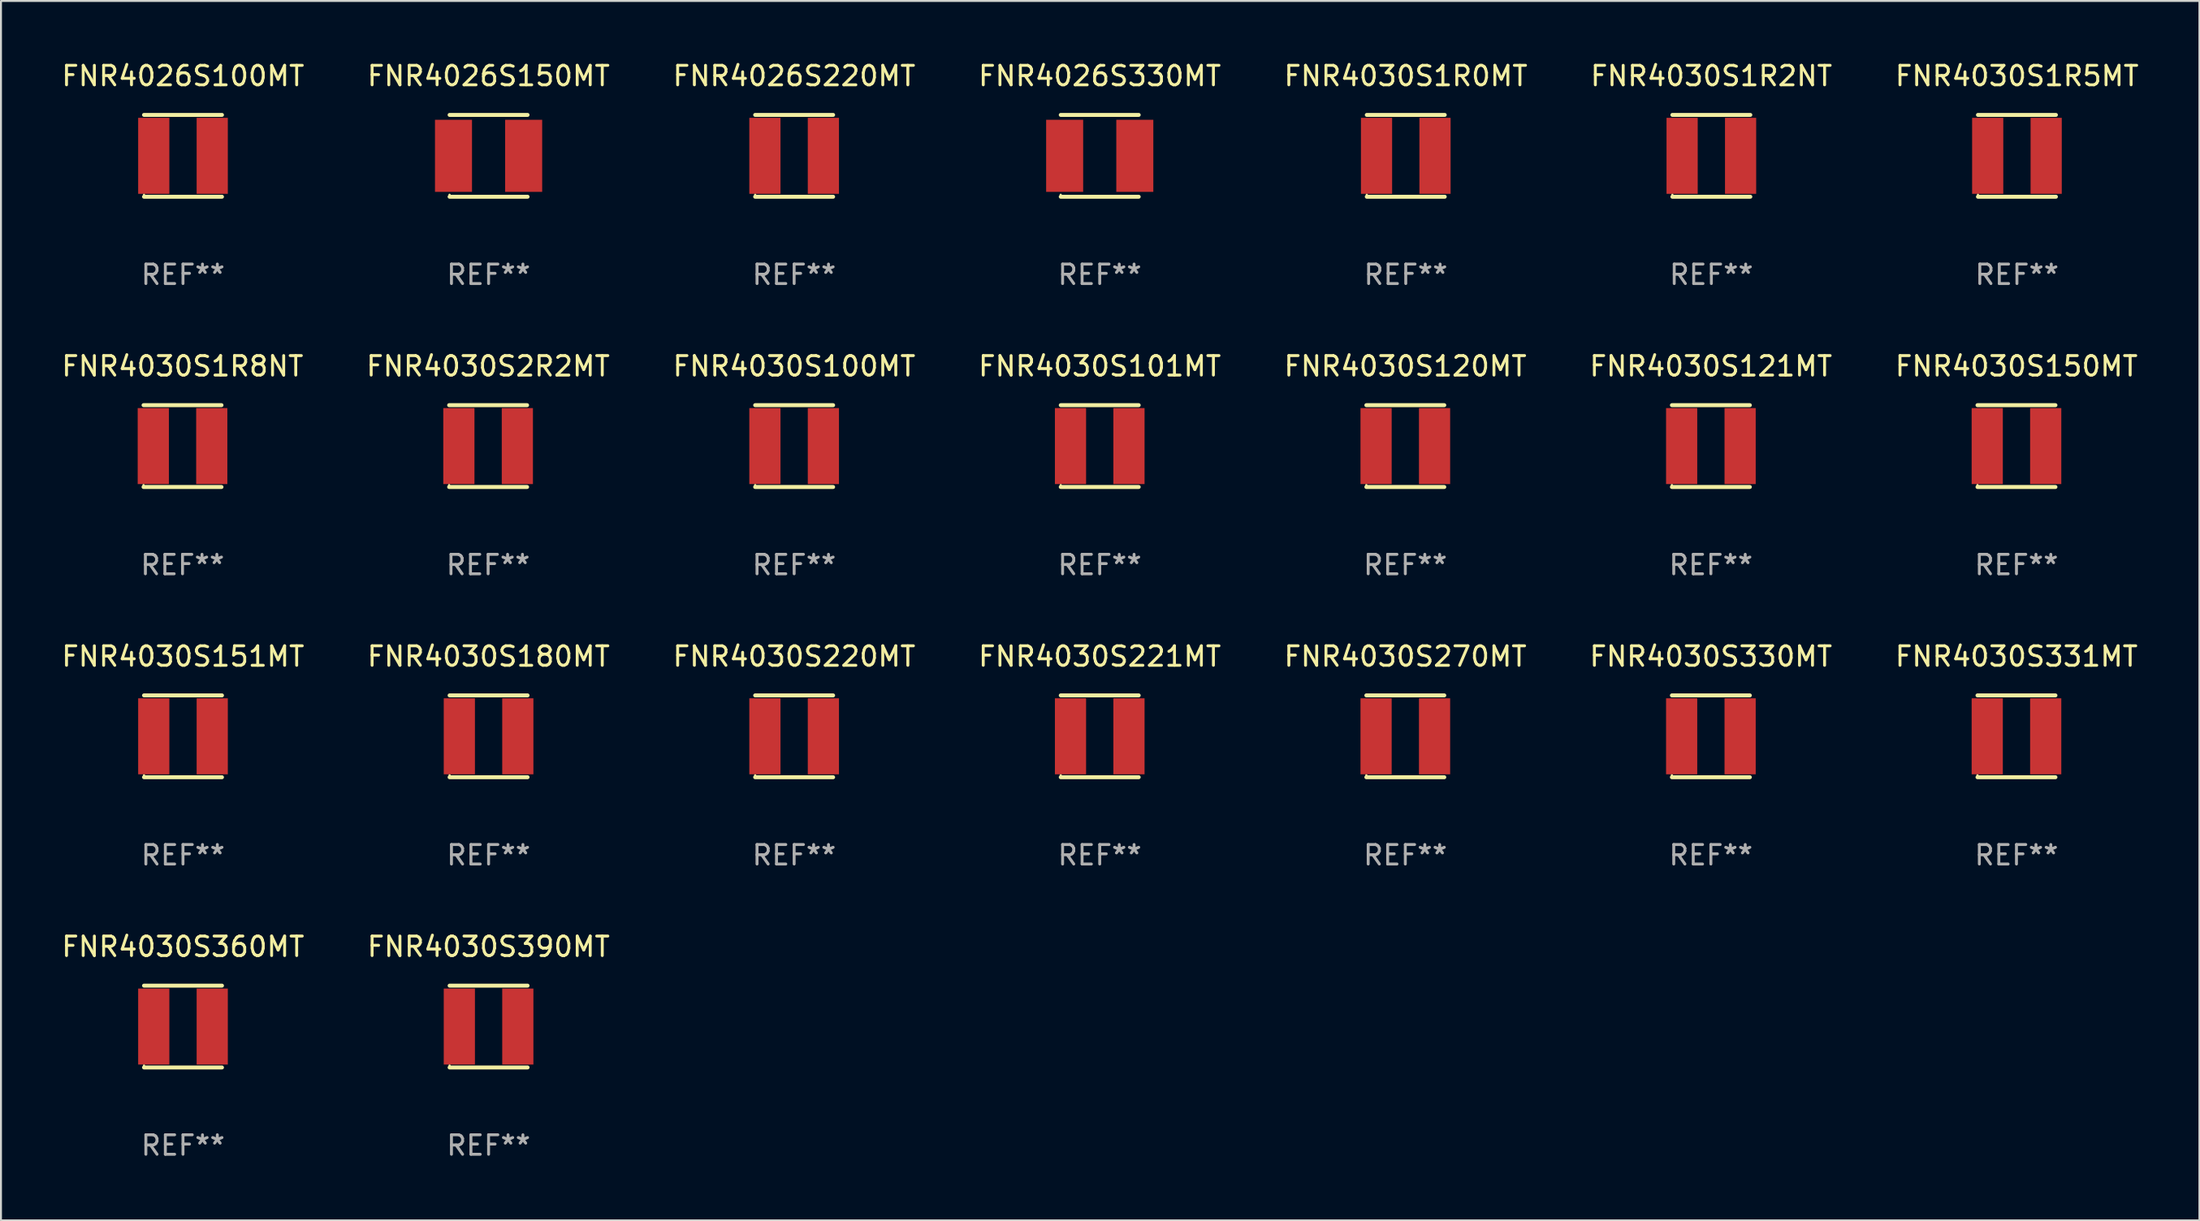
<source format=kicad_pcb>
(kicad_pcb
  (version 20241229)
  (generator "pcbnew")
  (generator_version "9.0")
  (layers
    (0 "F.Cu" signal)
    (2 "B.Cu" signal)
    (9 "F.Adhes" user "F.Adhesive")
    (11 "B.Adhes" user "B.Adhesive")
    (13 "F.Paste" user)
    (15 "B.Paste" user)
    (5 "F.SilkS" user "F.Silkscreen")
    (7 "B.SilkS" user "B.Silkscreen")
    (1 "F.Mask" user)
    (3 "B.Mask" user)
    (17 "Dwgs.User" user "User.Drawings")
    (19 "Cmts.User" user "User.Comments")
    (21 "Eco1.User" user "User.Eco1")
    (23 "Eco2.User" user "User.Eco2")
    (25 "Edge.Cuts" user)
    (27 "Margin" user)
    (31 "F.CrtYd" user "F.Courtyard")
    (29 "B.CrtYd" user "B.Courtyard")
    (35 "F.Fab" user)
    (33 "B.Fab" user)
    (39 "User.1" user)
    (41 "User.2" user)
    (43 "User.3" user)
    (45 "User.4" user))
  (footprint "FNR4030S150MT"
    (layer "F.Cu")
    (at 100.411 19.845)
    (property "Reference" "FNR4030S150MT" (at 0 -4.1 0) (layer "F.SilkS") (effects (font (size 1 1) (thickness 0.15))))
    (attr through_hole)
    (fp_line (start -2 -2.1) (end 2 -2.1) (stroke (width 0.203) (type solid)) (layer "F.SilkS"))
    (fp_line (start -2 2.1) (end 2 2.1) (stroke (width 0.203) (type solid)) (layer "F.SilkS"))
    (fp_circle (center -2 2.003) (end -1.97 2.003) (stroke (width 0.06) (type solid)) (fill no) (layer "F.SilkS"))
    (fp_text user "REF**" (at 0 6.1 0) (layer "F.Fab") (effects (font (size 1 1) (thickness 0.15))))
    (pad "1" smd rect (at -1.5 0) (size 1.6 3.9) (layers "F.Cu" "F.Mask" "F.Paste"))
    (pad "2" smd rect (at 1.5 0) (size 1.6 3.9) (layers "F.Cu" "F.Mask" "F.Paste")))
  (footprint "FNR4030S220MT"
    (layer "F.Cu")
    (at 37.696 34.741)
    (property "Reference" "FNR4030S220MT" (at 0 -4.1 0) (layer "F.SilkS") (effects (font (size 1 1) (thickness 0.15))))
    (attr through_hole)
    (fp_line (start -2 -2.1) (end 2 -2.1) (stroke (width 0.203) (type solid)) (layer "F.SilkS"))
    (fp_line (start -2 2.1) (end 2 2.1) (stroke (width 0.203) (type solid)) (layer "F.SilkS"))
    (fp_circle (center -2 2.003) (end -1.97 2.003) (stroke (width 0.06) (type solid)) (fill no) (layer "F.SilkS"))
    (fp_text user "REF**" (at 0 6.1 0) (layer "F.Fab") (effects (font (size 1 1) (thickness 0.15))))
    (pad "1" smd rect (at -1.5 0) (size 1.6 3.9) (layers "F.Cu" "F.Mask" "F.Paste"))
    (pad "2" smd rect (at 1.5 0) (size 1.6 3.9) (layers "F.Cu" "F.Mask" "F.Paste")))
  (footprint "FNR4030S120MT"
    (layer "F.Cu")
    (at 69.054 19.845)
    (property "Reference" "FNR4030S120MT" (at 0 -4.1 0) (layer "F.SilkS") (effects (font (size 1 1) (thickness 0.15))))
    (attr through_hole)
    (fp_line (start -2 -2.1) (end 2 -2.1) (stroke (width 0.203) (type solid)) (layer "F.SilkS"))
    (fp_line (start -2 2.1) (end 2 2.1) (stroke (width 0.203) (type solid)) (layer "F.SilkS"))
    (fp_circle (center -2 2.003) (end -1.97 2.003) (stroke (width 0.06) (type solid)) (fill no) (layer "F.SilkS"))
    (fp_text user "REF**" (at 0 6.1 0) (layer "F.Fab") (effects (font (size 1 1) (thickness 0.15))))
    (pad "1" smd rect (at -1.5 0) (size 1.6 3.9) (layers "F.Cu" "F.Mask" "F.Paste"))
    (pad "2" smd rect (at 1.5 0) (size 1.6 3.9) (layers "F.Cu" "F.Mask" "F.Paste")))
  (footprint "FNR4030S2R2MT"
    (layer "F.Cu")
    (at 21.994 19.845)
    (property "Reference" "FNR4030S2R2MT" (at 0 -4.1 0) (layer "F.SilkS") (effects (font (size 1 1) (thickness 0.15))))
    (attr through_hole)
    (fp_line (start -2 -2.1) (end 2 -2.1) (stroke (width 0.203) (type solid)) (layer "F.SilkS"))
    (fp_line (start -2 2.1) (end 2 2.1) (stroke (width 0.203) (type solid)) (layer "F.SilkS"))
    (fp_circle (center -2 2.003) (end -1.97 2.003) (stroke (width 0.06) (type solid)) (fill no) (layer "F.SilkS"))
    (fp_text user "REF**" (at 0 6.1 0) (layer "F.Fab") (effects (font (size 1 1) (thickness 0.15))))
    (pad "1" smd rect (at -1.5 0) (size 1.6 3.9) (layers "F.Cu" "F.Mask" "F.Paste"))
    (pad "2" smd rect (at 1.5 0) (size 1.6 3.9) (layers "F.Cu" "F.Mask" "F.Paste")))
  (footprint "FNR4030S151MT"
    (layer "F.Cu")
    (at 6.339 34.741)
    (property "Reference" "FNR4030S151MT" (at 0 -4.1 0) (layer "F.SilkS") (effects (font (size 1 1) (thickness 0.15))))
    (attr through_hole)
    (fp_line (start -2 -2.1) (end 2 -2.1) (stroke (width 0.203) (type solid)) (layer "F.SilkS"))
    (fp_line (start -2 2.1) (end 2 2.1) (stroke (width 0.203) (type solid)) (layer "F.SilkS"))
    (fp_circle (center -2 2.003) (end -1.97 2.003) (stroke (width 0.06) (type solid)) (fill no) (layer "F.SilkS"))
    (fp_text user "REF**" (at 0 6.1 0) (layer "F.Fab") (effects (font (size 1 1) (thickness 0.15))))
    (pad "1" smd rect (at -1.5 0) (size 1.6 3.9) (layers "F.Cu" "F.Mask" "F.Paste"))
    (pad "2" smd rect (at 1.5 0) (size 1.6 3.9) (layers "F.Cu" "F.Mask" "F.Paste")))
  (footprint "FNR4030S270MT"
    (layer "F.Cu")
    (at 69.054 34.741)
    (property "Reference" "FNR4030S270MT" (at 0 -4.1 0) (layer "F.SilkS") (effects (font (size 1 1) (thickness 0.15))))
    (attr through_hole)
    (fp_line (start -2 -2.1) (end 2 -2.1) (stroke (width 0.203) (type solid)) (layer "F.SilkS"))
    (fp_line (start -2 2.1) (end 2 2.1) (stroke (width 0.203) (type solid)) (layer "F.SilkS"))
    (fp_circle (center -2 2.003) (end -1.97 2.003) (stroke (width 0.06) (type solid)) (fill no) (layer "F.SilkS"))
    (fp_text user "REF**" (at 0 6.1 0) (layer "F.Fab") (effects (font (size 1 1) (thickness 0.15))))
    (pad "1" smd rect (at -1.5 0) (size 1.6 3.9) (layers "F.Cu" "F.Mask" "F.Paste"))
    (pad "2" smd rect (at 1.5 0) (size 1.6 3.9) (layers "F.Cu" "F.Mask" "F.Paste")))
  (footprint "FNR4026S220MT"
    (layer "F.Cu")
    (at 37.696 4.948)
    (property "Reference" "FNR4026S220MT" (at 0 -4.1 0) (layer "F.SilkS") (effects (font (size 1 1) (thickness 0.15))))
    (attr through_hole)
    (fp_line (start -2 -2.1) (end 2 -2.1) (stroke (width 0.203) (type solid)) (layer "F.SilkS"))
    (fp_line (start -2 2.1) (end 2 2.1) (stroke (width 0.203) (type solid)) (layer "F.SilkS"))
    (fp_circle (center -2 2.003) (end -1.97 2.003) (stroke (width 0.06) (type solid)) (fill no) (layer "F.SilkS"))
    (fp_text user "REF**" (at 0 6.1 0) (layer "F.Fab") (effects (font (size 1 1) (thickness 0.15))))
    (pad "1" smd rect (at -1.5 0) (size 1.6 3.9) (layers "F.Cu" "F.Mask" "F.Paste"))
    (pad "2" smd rect (at 1.5 0) (size 1.6 3.9) (layers "F.Cu" "F.Mask" "F.Paste")))
  (footprint "FNR4030S180MT"
    (layer "F.Cu")
    (at 22.018 34.741)
    (property "Reference" "FNR4030S180MT" (at 0 -4.1 0) (layer "F.SilkS") (effects (font (size 1 1) (thickness 0.15))))
    (attr through_hole)
    (fp_line (start -2 -2.1) (end 2 -2.1) (stroke (width 0.203) (type solid)) (layer "F.SilkS"))
    (fp_line (start -2 2.1) (end 2 2.1) (stroke (width 0.203) (type solid)) (layer "F.SilkS"))
    (fp_circle (center -2 2.003) (end -1.97 2.003) (stroke (width 0.06) (type solid)) (fill no) (layer "F.SilkS"))
    (fp_text user "REF**" (at 0 6.1 0) (layer "F.Fab") (effects (font (size 1 1) (thickness 0.15))))
    (pad "1" smd rect (at -1.5 0) (size 1.6 3.9) (layers "F.Cu" "F.Mask" "F.Paste"))
    (pad "2" smd rect (at 1.5 0) (size 1.6 3.9) (layers "F.Cu" "F.Mask" "F.Paste")))
  (footprint "FNR4030S331MT"
    (layer "F.Cu")
    (at 100.411 34.741)
    (property "Reference" "FNR4030S331MT" (at 0 -4.1 0) (layer "F.SilkS") (effects (font (size 1 1) (thickness 0.15))))
    (attr through_hole)
    (fp_line (start -2 -2.1) (end 2 -2.1) (stroke (width 0.203) (type solid)) (layer "F.SilkS"))
    (fp_line (start -2 2.1) (end 2 2.1) (stroke (width 0.203) (type solid)) (layer "F.SilkS"))
    (fp_circle (center -2 2.003) (end -1.97 2.003) (stroke (width 0.06) (type solid)) (fill no) (layer "F.SilkS"))
    (fp_text user "REF**" (at 0 6.1 0) (layer "F.Fab") (effects (font (size 1 1) (thickness 0.15))))
    (pad "1" smd rect (at -1.5 0) (size 1.6 3.9) (layers "F.Cu" "F.Mask" "F.Paste"))
    (pad "2" smd rect (at 1.5 0) (size 1.6 3.9) (layers "F.Cu" "F.Mask" "F.Paste")))
  (footprint "FNR4026S330MT"
    (layer "F.Cu")
    (at 53.375 4.948)
    (property "Reference" "FNR4026S330MT" (at 0 -4.1 0) (layer "F.SilkS") (effects (font (size 1 1) (thickness 0.15))))
    (attr through_hole)
    (fp_line (start -2 -2.1) (end 2 -2.1) (stroke (width 0.203) (type solid)) (layer "F.SilkS"))
    (fp_line (start -2 2.1) (end 2 2.1) (stroke (width 0.203) (type solid)) (layer "F.SilkS"))
    (fp_circle (center -2.002 2) (end -1.972 2) (stroke (width 0.06) (type solid)) (fill no) (layer "F.SilkS"))
    (fp_text user "REF**" (at 0 6.1 0) (layer "F.Fab") (effects (font (size 1 1) (thickness 0.15))))
    (pad "1" smd rect (at -1.8 0) (size 1.9 3.7) (layers "F.Cu" "F.Mask" "F.Paste"))
    (pad "2" smd rect (at 1.8 0) (size 1.9 3.7) (layers "F.Cu" "F.Mask" "F.Paste")))
  (footprint "FNR4030S360MT"
    (layer "F.Cu")
    (at 6.339 49.638)
    (property "Reference" "FNR4030S360MT" (at 0 -4.1 0) (layer "F.SilkS") (effects (font (size 1 1) (thickness 0.15))))
    (attr through_hole)
    (fp_line (start -2 -2.1) (end 2 -2.1) (stroke (width 0.203) (type solid)) (layer "F.SilkS"))
    (fp_line (start -2 2.1) (end 2 2.1) (stroke (width 0.203) (type solid)) (layer "F.SilkS"))
    (fp_circle (center -2 2.003) (end -1.97 2.003) (stroke (width 0.06) (type solid)) (fill no) (layer "F.SilkS"))
    (fp_text user "REF**" (at 0 6.1 0) (layer "F.Fab") (effects (font (size 1 1) (thickness 0.15))))
    (pad "1" smd rect (at -1.5 0) (size 1.6 3.9) (layers "F.Cu" "F.Mask" "F.Paste"))
    (pad "2" smd rect (at 1.5 0) (size 1.6 3.9) (layers "F.Cu" "F.Mask" "F.Paste")))
  (footprint "FNR4026S150MT"
    (layer "F.Cu")
    (at 22.018 4.948)
    (property "Reference" "FNR4026S150MT" (at 0 -4.1 0) (layer "F.SilkS") (effects (font (size 1 1) (thickness 0.15))))
    (attr through_hole)
    (fp_line (start -2 -2.1) (end 2 -2.1) (stroke (width 0.203) (type solid)) (layer "F.SilkS"))
    (fp_line (start -2 2.1) (end 2 2.1) (stroke (width 0.203) (type solid)) (layer "F.SilkS"))
    (fp_circle (center -2.002 2) (end -1.972 2) (stroke (width 0.06) (type solid)) (fill no) (layer "F.SilkS"))
    (fp_text user "REF**" (at 0 6.1 0) (layer "F.Fab") (effects (font (size 1 1) (thickness 0.15))))
    (pad "1" smd rect (at -1.8 0) (size 1.9 3.7) (layers "F.Cu" "F.Mask" "F.Paste"))
    (pad "2" smd rect (at 1.8 0) (size 1.9 3.7) (layers "F.Cu" "F.Mask" "F.Paste")))
  (footprint "FNR4030S330MT"
    (layer "F.Cu")
    (at 84.732 34.741)
    (property "Reference" "FNR4030S330MT" (at 0 -4.1 0) (layer "F.SilkS") (effects (font (size 1 1) (thickness 0.15))))
    (attr through_hole)
    (fp_line (start -2 -2.1) (end 2 -2.1) (stroke (width 0.203) (type solid)) (layer "F.SilkS"))
    (fp_line (start -2 2.1) (end 2 2.1) (stroke (width 0.203) (type solid)) (layer "F.SilkS"))
    (fp_circle (center -2 2.003) (end -1.97 2.003) (stroke (width 0.06) (type solid)) (fill no) (layer "F.SilkS"))
    (fp_text user "REF**" (at 0 6.1 0) (layer "F.Fab") (effects (font (size 1 1) (thickness 0.15))))
    (pad "1" smd rect (at -1.5 0) (size 1.6 3.9) (layers "F.Cu" "F.Mask" "F.Paste"))
    (pad "2" smd rect (at 1.5 0) (size 1.6 3.9) (layers "F.Cu" "F.Mask" "F.Paste")))
  (footprint "FNR4030S1R8NT"
    (layer "F.Cu")
    (at 6.315 19.845)
    (property "Reference" "FNR4030S1R8NT" (at 0 -4.1 0) (layer "F.SilkS") (effects (font (size 1 1) (thickness 0.15))))
    (attr through_hole)
    (fp_line (start -2 -2.1) (end 2 -2.1) (stroke (width 0.203) (type solid)) (layer "F.SilkS"))
    (fp_line (start -2 2.1) (end 2 2.1) (stroke (width 0.203) (type solid)) (layer "F.SilkS"))
    (fp_circle (center -2 2.003) (end -1.97 2.003) (stroke (width 0.06) (type solid)) (fill no) (layer "F.SilkS"))
    (fp_text user "REF**" (at 0 6.1 0) (layer "F.Fab") (effects (font (size 1 1) (thickness 0.15))))
    (pad "1" smd rect (at -1.5 0) (size 1.6 3.9) (layers "F.Cu" "F.Mask" "F.Paste"))
    (pad "2" smd rect (at 1.5 0) (size 1.6 3.9) (layers "F.Cu" "F.Mask" "F.Paste")))
  (footprint "FNR4030S390MT"
    (layer "F.Cu")
    (at 22.018 49.638)
    (property "Reference" "FNR4030S390MT" (at 0 -4.1 0) (layer "F.SilkS") (effects (font (size 1 1) (thickness 0.15))))
    (attr through_hole)
    (fp_line (start -2 -2.1) (end 2 -2.1) (stroke (width 0.203) (type solid)) (layer "F.SilkS"))
    (fp_line (start -2 2.1) (end 2 2.1) (stroke (width 0.203) (type solid)) (layer "F.SilkS"))
    (fp_circle (center -2 2.003) (end -1.97 2.003) (stroke (width 0.06) (type solid)) (fill no) (layer "F.SilkS"))
    (fp_text user "REF**" (at 0 6.1 0) (layer "F.Fab") (effects (font (size 1 1) (thickness 0.15))))
    (pad "1" smd rect (at -1.5 0) (size 1.6 3.9) (layers "F.Cu" "F.Mask" "F.Paste"))
    (pad "2" smd rect (at 1.5 0) (size 1.6 3.9) (layers "F.Cu" "F.Mask" "F.Paste")))
  (footprint "FNR4030S101MT"
    (layer "F.Cu")
    (at 53.375 19.845)
    (property "Reference" "FNR4030S101MT" (at 0 -4.1 0) (layer "F.SilkS") (effects (font (size 1 1) (thickness 0.15))))
    (attr through_hole)
    (fp_line (start -2 -2.1) (end 2 -2.1) (stroke (width 0.203) (type solid)) (layer "F.SilkS"))
    (fp_line (start -2 2.1) (end 2 2.1) (stroke (width 0.203) (type solid)) (layer "F.SilkS"))
    (fp_circle (center -2 2.003) (end -1.97 2.003) (stroke (width 0.06) (type solid)) (fill no) (layer "F.SilkS"))
    (fp_text user "REF**" (at 0 6.1 0) (layer "F.Fab") (effects (font (size 1 1) (thickness 0.15))))
    (pad "1" smd rect (at -1.5 0) (size 1.6 3.9) (layers "F.Cu" "F.Mask" "F.Paste"))
    (pad "2" smd rect (at 1.5 0) (size 1.6 3.9) (layers "F.Cu" "F.Mask" "F.Paste")))
  (footprint "FNR4030S121MT"
    (layer "F.Cu")
    (at 84.732 19.845)
    (property "Reference" "FNR4030S121MT" (at 0 -4.1 0) (layer "F.SilkS") (effects (font (size 1 1) (thickness 0.15))))
    (attr through_hole)
    (fp_line (start -2 -2.1) (end 2 -2.1) (stroke (width 0.203) (type solid)) (layer "F.SilkS"))
    (fp_line (start -2 2.1) (end 2 2.1) (stroke (width 0.203) (type solid)) (layer "F.SilkS"))
    (fp_circle (center -2 2.003) (end -1.97 2.003) (stroke (width 0.06) (type solid)) (fill no) (layer "F.SilkS"))
    (fp_text user "REF**" (at 0 6.1 0) (layer "F.Fab") (effects (font (size 1 1) (thickness 0.15))))
    (pad "1" smd rect (at -1.5 0) (size 1.6 3.9) (layers "F.Cu" "F.Mask" "F.Paste"))
    (pad "2" smd rect (at 1.5 0) (size 1.6 3.9) (layers "F.Cu" "F.Mask" "F.Paste")))
  (footprint "FNR4030S1R2NT"
    (layer "F.Cu")
    (at 84.756 4.948)
    (property "Reference" "FNR4030S1R2NT" (at 0 -4.1 0) (layer "F.SilkS") (effects (font (size 1 1) (thickness 0.15))))
    (attr through_hole)
    (fp_line (start -2 -2.1) (end 2 -2.1) (stroke (width 0.203) (type solid)) (layer "F.SilkS"))
    (fp_line (start -2 2.1) (end 2 2.1) (stroke (width 0.203) (type solid)) (layer "F.SilkS"))
    (fp_circle (center -2 2.003) (end -1.97 2.003) (stroke (width 0.06) (type solid)) (fill no) (layer "F.SilkS"))
    (fp_text user "REF**" (at 0 6.1 0) (layer "F.Fab") (effects (font (size 1 1) (thickness 0.15))))
    (pad "1" smd rect (at -1.5 0) (size 1.6 3.9) (layers "F.Cu" "F.Mask" "F.Paste"))
    (pad "2" smd rect (at 1.5 0) (size 1.6 3.9) (layers "F.Cu" "F.Mask" "F.Paste")))
  (footprint "FNR4026S100MT"
    (layer "F.Cu")
    (at 6.339 4.948)
    (property "Reference" "FNR4026S100MT" (at 0 -4.1 0) (layer "F.SilkS") (effects (font (size 1 1) (thickness 0.15))))
    (attr through_hole)
    (fp_line (start -2 -2.1) (end 2 -2.1) (stroke (width 0.203) (type solid)) (layer "F.SilkS"))
    (fp_line (start -2 2.1) (end 2 2.1) (stroke (width 0.203) (type solid)) (layer "F.SilkS"))
    (fp_circle (center -2 2.003) (end -1.97 2.003) (stroke (width 0.06) (type solid)) (fill no) (layer "F.SilkS"))
    (fp_text user "REF**" (at 0 6.1 0) (layer "F.Fab") (effects (font (size 1 1) (thickness 0.15))))
    (pad "1" smd rect (at -1.5 0) (size 1.6 3.9) (layers "F.Cu" "F.Mask" "F.Paste"))
    (pad "2" smd rect (at 1.5 0) (size 1.6 3.9) (layers "F.Cu" "F.Mask" "F.Paste")))
  (footprint "FNR4030S221MT"
    (layer "F.Cu")
    (at 53.375 34.741)
    (property "Reference" "FNR4030S221MT" (at 0 -4.1 0) (layer "F.SilkS") (effects (font (size 1 1) (thickness 0.15))))
    (attr through_hole)
    (fp_line (start -2 -2.1) (end 2 -2.1) (stroke (width 0.203) (type solid)) (layer "F.SilkS"))
    (fp_line (start -2 2.1) (end 2 2.1) (stroke (width 0.203) (type solid)) (layer "F.SilkS"))
    (fp_circle (center -2 2.003) (end -1.97 2.003) (stroke (width 0.06) (type solid)) (fill no) (layer "F.SilkS"))
    (fp_text user "REF**" (at 0 6.1 0) (layer "F.Fab") (effects (font (size 1 1) (thickness 0.15))))
    (pad "1" smd rect (at -1.5 0) (size 1.6 3.9) (layers "F.Cu" "F.Mask" "F.Paste"))
    (pad "2" smd rect (at 1.5 0) (size 1.6 3.9) (layers "F.Cu" "F.Mask" "F.Paste")))
  (footprint "FNR4030S100MT"
    (layer "F.Cu")
    (at 37.696 19.845)
    (property "Reference" "FNR4030S100MT" (at 0 -4.1 0) (layer "F.SilkS") (effects (font (size 1 1) (thickness 0.15))))
    (attr through_hole)
    (fp_line (start -2 -2.1) (end 2 -2.1) (stroke (width 0.203) (type solid)) (layer "F.SilkS"))
    (fp_line (start -2 2.1) (end 2 2.1) (stroke (width 0.203) (type solid)) (layer "F.SilkS"))
    (fp_circle (center -2 2.003) (end -1.97 2.003) (stroke (width 0.06) (type solid)) (fill no) (layer "F.SilkS"))
    (fp_text user "REF**" (at 0 6.1 0) (layer "F.Fab") (effects (font (size 1 1) (thickness 0.15))))
    (pad "1" smd rect (at -1.5 0) (size 1.6 3.9) (layers "F.Cu" "F.Mask" "F.Paste"))
    (pad "2" smd rect (at 1.5 0) (size 1.6 3.9) (layers "F.Cu" "F.Mask" "F.Paste")))
  (footprint "FNR4030S1R0MT"
    (layer "F.Cu")
    (at 69.077 4.948)
    (property "Reference" "FNR4030S1R0MT" (at 0 -4.1 0) (layer "F.SilkS") (effects (font (size 1 1) (thickness 0.15))))
    (attr through_hole)
    (fp_line (start -2 -2.1) (end 2 -2.1) (stroke (width 0.203) (type solid)) (layer "F.SilkS"))
    (fp_line (start -2 2.1) (end 2 2.1) (stroke (width 0.203) (type solid)) (layer "F.SilkS"))
    (fp_circle (center -2 2.003) (end -1.97 2.003) (stroke (width 0.06) (type solid)) (fill no) (layer "F.SilkS"))
    (fp_text user "REF**" (at 0 6.1 0) (layer "F.Fab") (effects (font (size 1 1) (thickness 0.15))))
    (pad "1" smd rect (at -1.5 0) (size 1.6 3.9) (layers "F.Cu" "F.Mask" "F.Paste"))
    (pad "2" smd rect (at 1.5 0) (size 1.6 3.9) (layers "F.Cu" "F.Mask" "F.Paste")))
  (footprint "FNR4030S1R5MT"
    (layer "F.Cu")
    (at 100.435 4.948)
    (property "Reference" "FNR4030S1R5MT" (at 0 -4.1 0) (layer "F.SilkS") (effects (font (size 1 1) (thickness 0.15))))
    (attr through_hole)
    (fp_line (start -2 -2.1) (end 2 -2.1) (stroke (width 0.203) (type solid)) (layer "F.SilkS"))
    (fp_line (start -2 2.1) (end 2 2.1) (stroke (width 0.203) (type solid)) (layer "F.SilkS"))
    (fp_circle (center -2 2.003) (end -1.97 2.003) (stroke (width 0.06) (type solid)) (fill no) (layer "F.SilkS"))
    (fp_text user "REF**" (at 0 6.1 0) (layer "F.Fab") (effects (font (size 1 1) (thickness 0.15))))
    (pad "1" smd rect (at -1.5 0) (size 1.6 3.9) (layers "F.Cu" "F.Mask" "F.Paste"))
    (pad "2" smd rect (at 1.5 0) (size 1.6 3.9) (layers "F.Cu" "F.Mask" "F.Paste")))
  (gr_rect
    (start -3 -3)
    (end 109.798 59.586)
    (stroke (width 0.1) (type default))
    (fill no)
    (layer "Edge.Cuts")))
</source>
